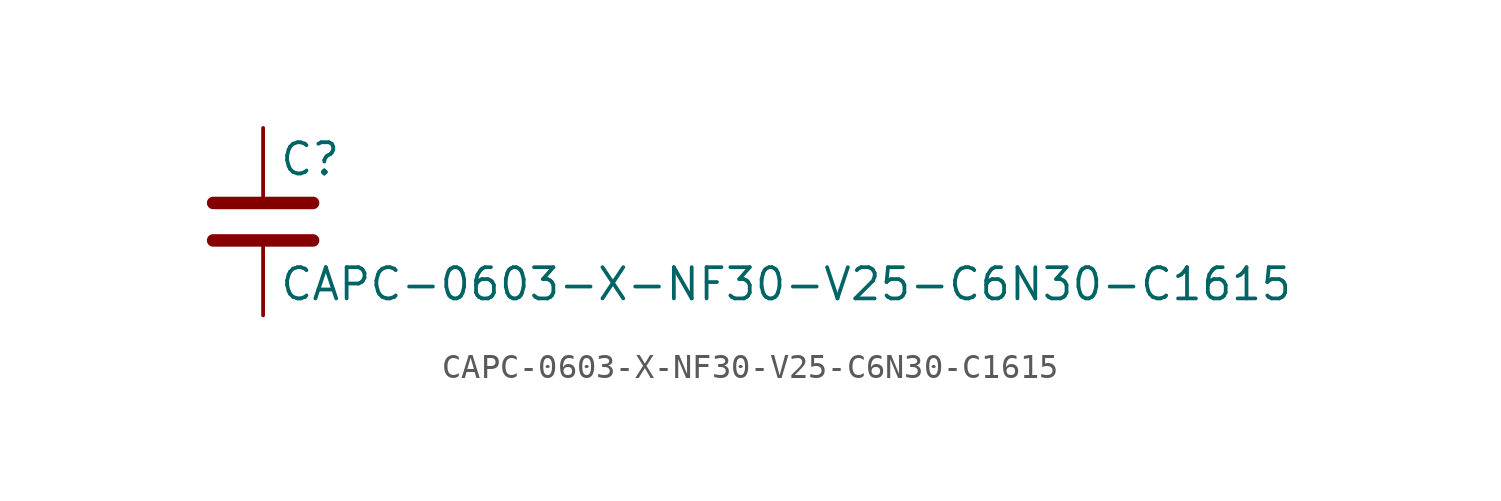
<source format=kicad_sym>
(kicad_symbol_lib
  (version 20211014)
  (generator kicad_symbol_editor)
  (symbol "CAPC-0603-X-NF30-V25-C6N30-C1615"
    (pin_numbers hide)
    (pin_names
      (offset 0.254))
    (property "Reference" "C"
      (at 0.635 2.54 0)
      (effects (font (size 1.27 1.27)) (justify left)))
    (property "Value" "CAPC-0603-X-NF30-V25-C6N30-C1615"
      (at 0.635 -2.54 0)
      (effects (font (size 1.27 1.27)) (justify left)))
    (symbol "CAPC-0603-X-NF30-V25-C6N30-C1615_0_1"
      (polyline (pts (xy -2.032 -0.762) (xy 2.032 -0.762)) (stroke (width 0.508) (type default) (color 0 0 0 0)) (fill (type none)))
      (polyline (pts (xy -2.032 0.762) (xy 2.032 0.762)) (stroke (width 0.508) (type default) (color 0 0 0 0)) (fill (type none))))
    (symbol "CAPC-0603-X-NF30-V25-C6N30-C1615_1_1"
      (pin passive line (at 0 3.81 270) (length 2.794) (name "~" (effects (font (size 1.27 1.27)))) (number "1" (effects (font (size 1.27 1.27)))))
      (pin passive line (at 0 -3.81 90) (length 2.794) (name "~" (effects (font (size 1.27 1.27)))) (number "2" (effects (font (size 1.27 1.27))))))))
</source>
